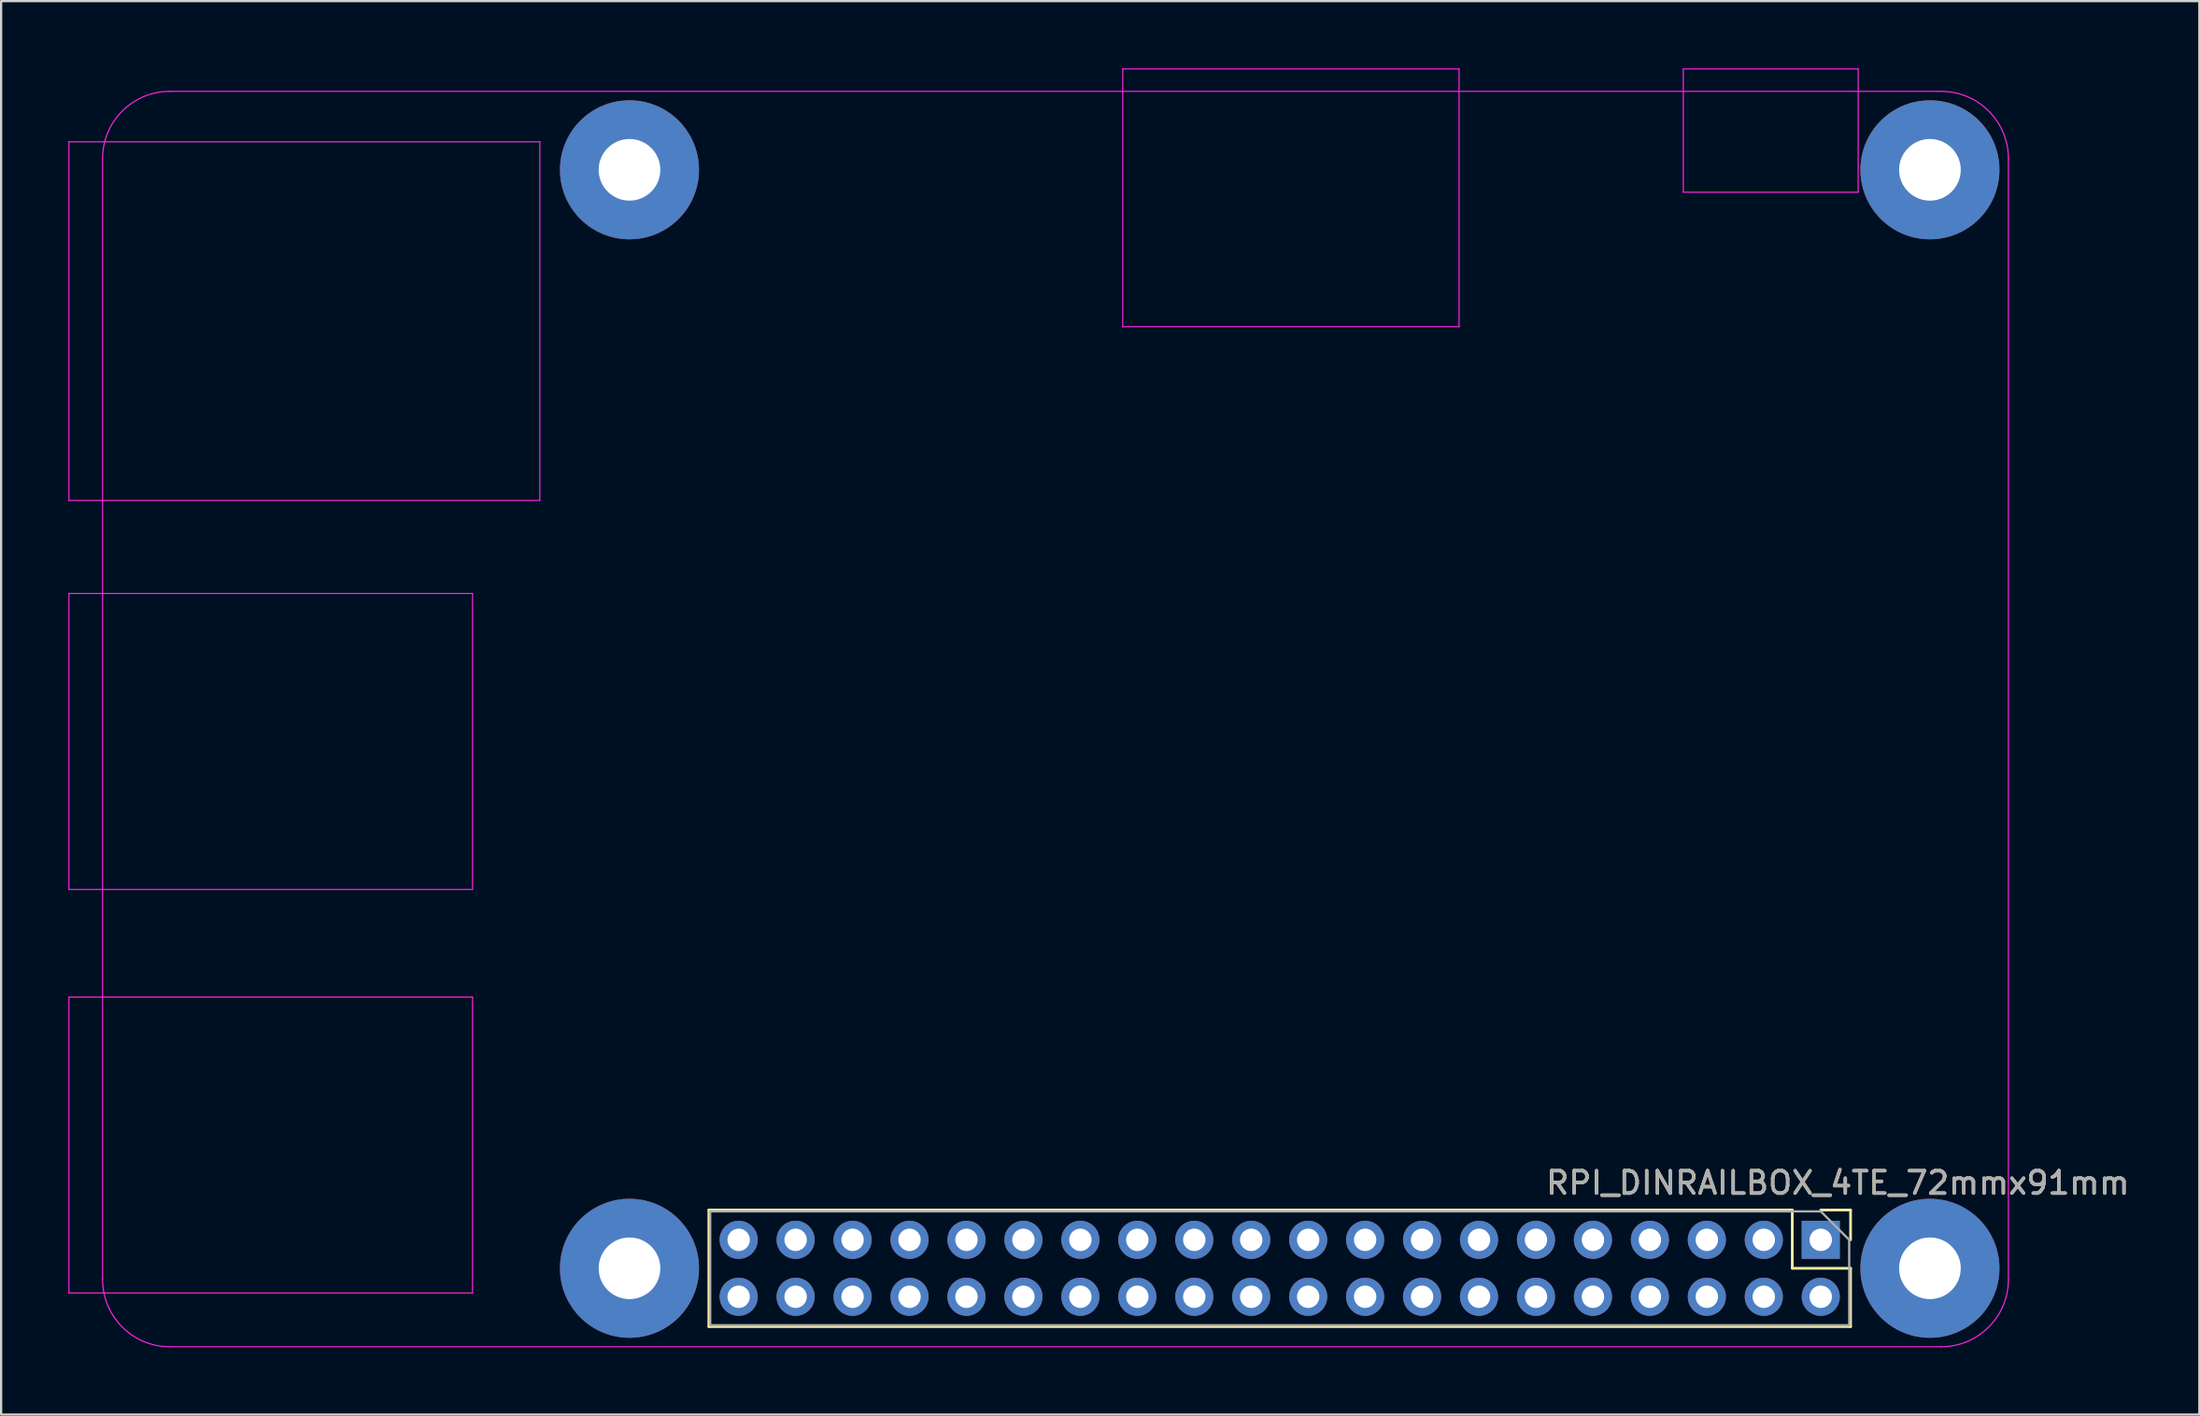
<source format=kicad_pcb>
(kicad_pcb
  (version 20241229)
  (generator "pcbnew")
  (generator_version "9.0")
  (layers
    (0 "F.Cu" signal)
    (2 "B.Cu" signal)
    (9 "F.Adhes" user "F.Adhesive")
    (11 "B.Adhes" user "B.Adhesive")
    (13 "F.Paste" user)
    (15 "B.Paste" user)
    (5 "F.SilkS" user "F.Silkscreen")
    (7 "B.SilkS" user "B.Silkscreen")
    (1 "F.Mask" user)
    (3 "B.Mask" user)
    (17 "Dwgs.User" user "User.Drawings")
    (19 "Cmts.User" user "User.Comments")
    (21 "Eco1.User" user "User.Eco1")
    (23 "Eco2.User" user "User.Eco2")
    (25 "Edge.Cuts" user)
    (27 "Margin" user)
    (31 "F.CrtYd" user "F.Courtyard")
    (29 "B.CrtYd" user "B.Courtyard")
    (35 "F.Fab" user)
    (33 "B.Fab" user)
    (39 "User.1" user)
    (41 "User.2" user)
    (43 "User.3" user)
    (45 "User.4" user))
  (footprint "RPI_DINRAILBOX_4TE_72mmx91mm"
    (layer "F.Cu")
    (at 78.155 52.255)
    (property "Reference" "RPI_DINRAILBOX_4TE_72mmx91mm" (at 0.762 -2.54 0) (layer "F.SilkS") (effects (font (size 1 1) (thickness 0.15))))
    (attr through_hole)
    (fp_line (start -49.59 -1.33) (end -49.59 3.87) (stroke (width 0.12) (type solid)) (layer "F.SilkS"))
    (fp_line (start -1.27 -1.33) (end -49.59 -1.33) (stroke (width 0.12) (type solid)) (layer "F.SilkS"))
    (fp_line (start -1.27 -1.33) (end -1.27 1.27) (stroke (width 0.12) (type solid)) (layer "F.SilkS"))
    (fp_line (start -1.27 1.27) (end 1.33 1.27) (stroke (width 0.12) (type solid)) (layer "F.SilkS"))
    (fp_line (start 0 -1.33) (end 1.33 -1.33) (stroke (width 0.12) (type solid)) (layer "F.SilkS"))
    (fp_line (start 1.33 -1.33) (end 1.33 0) (stroke (width 0.12) (type solid)) (layer "F.SilkS"))
    (fp_line (start 1.33 1.27) (end 1.33 3.87) (stroke (width 0.12) (type solid)) (layer "F.SilkS"))
    (fp_line (start 1.33 3.87) (end -49.59 3.87) (stroke (width 0.12) (type solid)) (layer "F.SilkS"))
    (fp_line (start -78.13 -48.98) (end -78.13 -32.98) (stroke (width 0.05) (type solid)) (layer "F.CrtYd"))
    (fp_line (start -78.13 -32.98) (end -57.13 -32.98) (stroke (width 0.05) (type solid)) (layer "F.CrtYd"))
    (fp_line (start -78.13 -28.83) (end -78.13 -15.63) (stroke (width 0.05) (type solid)) (layer "F.CrtYd"))
    (fp_line (start -78.13 -10.83) (end -78.13 2.37) (stroke (width 0.05) (type solid)) (layer "F.CrtYd"))
    (fp_line (start -76.63 -48.23) (end -76.63 1.77) (stroke (width 0.05) (type solid)) (layer "F.CrtYd"))
    (fp_line (start -73.63 4.77) (end 5.37 4.77) (stroke (width 0.05) (type solid)) (layer "F.CrtYd"))
    (fp_line (start -60.13 -28.83) (end -78.13 -28.83) (stroke (width 0.05) (type solid)) (layer "F.CrtYd"))
    (fp_line (start -60.13 -28.83) (end -60.13 -15.63) (stroke (width 0.05) (type solid)) (layer "F.CrtYd"))
    (fp_line (start -60.13 -15.63) (end -78.13 -15.63) (stroke (width 0.05) (type solid)) (layer "F.CrtYd"))
    (fp_line (start -60.13 -10.83) (end -78.13 -10.83) (stroke (width 0.05) (type solid)) (layer "F.CrtYd"))
    (fp_line (start -60.13 -10.83) (end -60.13 2.37) (stroke (width 0.05) (type solid)) (layer "F.CrtYd"))
    (fp_line (start -60.13 2.37) (end -78.13 2.37) (stroke (width 0.05) (type solid)) (layer "F.CrtYd"))
    (fp_line (start -57.13 -48.98) (end -78.13 -48.98) (stroke (width 0.05) (type solid)) (layer "F.CrtYd"))
    (fp_line (start -57.13 -48.98) (end -57.13 -32.98) (stroke (width 0.05) (type solid)) (layer "F.CrtYd"))
    (fp_line (start -31.13 -52.23) (end -31.13 -40.73) (stroke (width 0.05) (type solid)) (layer "F.CrtYd"))
    (fp_line (start -16.13 -52.23) (end -31.13 -52.23) (stroke (width 0.05) (type solid)) (layer "F.CrtYd"))
    (fp_line (start -16.13 -52.23) (end -16.13 -40.73) (stroke (width 0.05) (type solid)) (layer "F.CrtYd"))
    (fp_line (start -16.13 -40.73) (end -31.13 -40.73) (stroke (width 0.05) (type solid)) (layer "F.CrtYd"))
    (fp_line (start -6.13 -52.23) (end -6.13 -46.73) (stroke (width 0.05) (type solid)) (layer "F.CrtYd"))
    (fp_line (start 1.67 -52.23) (end -6.13 -52.23) (stroke (width 0.05) (type solid)) (layer "F.CrtYd"))
    (fp_line (start 1.67 -52.23) (end 1.67 -46.73) (stroke (width 0.05) (type solid)) (layer "F.CrtYd"))
    (fp_line (start 1.67 -46.73) (end -6.13 -46.73) (stroke (width 0.05) (type solid)) (layer "F.CrtYd"))
    (fp_line (start 5.37 -51.23) (end -73.63 -51.23) (stroke (width 0.05) (type solid)) (layer "F.CrtYd"))
    (fp_line (start 8.37 1.77) (end 8.37 -48.23) (stroke (width 0.05) (type solid)) (layer "F.CrtYd"))
    (fp_arc (start -76.63 -48.23) (mid -75.75132 -50.35132) (end -73.63 -51.23) (stroke (width 0.05) (type solid)) (layer "F.CrtYd"))
    (fp_arc (start -73.63 4.77) (mid -75.75132 3.89132) (end -76.63 1.77) (stroke (width 0.05) (type solid)) (layer "F.CrtYd"))
    (fp_arc (start 5.37 -51.23) (mid 7.49132 -50.35132) (end 8.37 -48.23) (stroke (width 0.05) (type solid)) (layer "F.CrtYd"))
    (fp_arc (start 8.37 1.77) (mid 7.49132 3.89132) (end 5.37 4.77) (stroke (width 0.05) (type solid)) (layer "F.CrtYd"))
    (fp_line (start -49.53 -1.27) (end 0 -1.27) (stroke (width 0.1) (type solid)) (layer "F.Fab"))
    (fp_line (start -49.53 3.81) (end -49.53 -1.27) (stroke (width 0.1) (type solid)) (layer "F.Fab"))
    (fp_line (start 0 -1.27) (end 1.27 0) (stroke (width 0.1) (type solid)) (layer "F.Fab"))
    (fp_line (start 1.27 0) (end 1.27 3.81) (stroke (width 0.1) (type solid)) (layer "F.Fab"))
    (fp_line (start 1.27 3.81) (end -49.53 3.81) (stroke (width 0.1) (type solid)) (layer "F.Fab"))
    (fp_text user "${REFERENCE}" (at 0.762 -2.54 0) (layer "F.Fab") (effects (font (size 1 1) (thickness 0.15))))
    (pad "" np_thru_hole circle (at -53.13 -47.73) (size 6.2 6.2) (drill 2.75) (layers "*.Cu" "*.Mask"))
    (pad "" np_thru_hole circle (at -53.13 1.27) (size 6.2 6.2) (drill 2.75) (layers "*.Cu" "*.Mask"))
    (pad "" np_thru_hole circle (at 4.87 -47.73) (size 6.2 6.2) (drill 2.75) (layers "*.Cu" "*.Mask"))
    (pad "" np_thru_hole circle (at 4.87 1.27) (size 6.2 6.2) (drill 2.75) (layers "*.Cu" "*.Mask"))
    (pad "1" thru_hole rect (at 0 0 270) (size 1.7 1.7) (drill 1) (layers "*.Cu" "*.Mask"))
    (pad "2" thru_hole oval (at 0 2.54 270) (size 1.7 1.7) (drill 1) (layers "*.Cu" "*.Mask"))
    (pad "3" thru_hole oval (at -2.54 0 270) (size 1.7 1.7) (drill 1) (layers "*.Cu" "*.Mask"))
    (pad "4" thru_hole oval (at -2.54 2.54 270) (size 1.7 1.7) (drill 1) (layers "*.Cu" "*.Mask"))
    (pad "5" thru_hole oval (at -5.08 0 270) (size 1.7 1.7) (drill 1) (layers "*.Cu" "*.Mask"))
    (pad "6" thru_hole oval (at -5.08 2.54 270) (size 1.7 1.7) (drill 1) (layers "*.Cu" "*.Mask"))
    (pad "7" thru_hole oval (at -7.62 0 270) (size 1.7 1.7) (drill 1) (layers "*.Cu" "*.Mask"))
    (pad "8" thru_hole oval (at -7.62 2.54 270) (size 1.7 1.7) (drill 1) (layers "*.Cu" "*.Mask"))
    (pad "9" thru_hole oval (at -10.16 0 270) (size 1.7 1.7) (drill 1) (layers "*.Cu" "*.Mask"))
    (pad "10" thru_hole oval (at -10.16 2.54 270) (size 1.7 1.7) (drill 1) (layers "*.Cu" "*.Mask"))
    (pad "11" thru_hole oval (at -12.7 0 270) (size 1.7 1.7) (drill 1) (layers "*.Cu" "*.Mask"))
    (pad "12" thru_hole oval (at -12.7 2.54 270) (size 1.7 1.7) (drill 1) (layers "*.Cu" "*.Mask"))
    (pad "13" thru_hole oval (at -15.24 0 270) (size 1.7 1.7) (drill 1) (layers "*.Cu" "*.Mask"))
    (pad "14" thru_hole oval (at -15.24 2.54 270) (size 1.7 1.7) (drill 1) (layers "*.Cu" "*.Mask"))
    (pad "15" thru_hole oval (at -17.78 0 270) (size 1.7 1.7) (drill 1) (layers "*.Cu" "*.Mask"))
    (pad "16" thru_hole oval (at -17.78 2.54 270) (size 1.7 1.7) (drill 1) (layers "*.Cu" "*.Mask"))
    (pad "17" thru_hole oval (at -20.32 0 270) (size 1.7 1.7) (drill 1) (layers "*.Cu" "*.Mask"))
    (pad "18" thru_hole oval (at -20.32 2.54 270) (size 1.7 1.7) (drill 1) (layers "*.Cu" "*.Mask"))
    (pad "19" thru_hole oval (at -22.86 0 270) (size 1.7 1.7) (drill 1) (layers "*.Cu" "*.Mask"))
    (pad "20" thru_hole oval (at -22.86 2.54 270) (size 1.7 1.7) (drill 1) (layers "*.Cu" "*.Mask"))
    (pad "21" thru_hole oval (at -25.4 0 270) (size 1.7 1.7) (drill 1) (layers "*.Cu" "*.Mask"))
    (pad "22" thru_hole oval (at -25.4 2.54 270) (size 1.7 1.7) (drill 1) (layers "*.Cu" "*.Mask"))
    (pad "23" thru_hole oval (at -27.94 0 270) (size 1.7 1.7) (drill 1) (layers "*.Cu" "*.Mask"))
    (pad "24" thru_hole oval (at -27.94 2.54 270) (size 1.7 1.7) (drill 1) (layers "*.Cu" "*.Mask"))
    (pad "25" thru_hole oval (at -30.48 0 270) (size 1.7 1.7) (drill 1) (layers "*.Cu" "*.Mask"))
    (pad "26" thru_hole oval (at -30.48 2.54 270) (size 1.7 1.7) (drill 1) (layers "*.Cu" "*.Mask"))
    (pad "27" thru_hole oval (at -33.02 0 270) (size 1.7 1.7) (drill 1) (layers "*.Cu" "*.Mask"))
    (pad "28" thru_hole oval (at -33.02 2.54 270) (size 1.7 1.7) (drill 1) (layers "*.Cu" "*.Mask"))
    (pad "29" thru_hole oval (at -35.56 0 270) (size 1.7 1.7) (drill 1) (layers "*.Cu" "*.Mask"))
    (pad "30" thru_hole oval (at -35.56 2.54 270) (size 1.7 1.7) (drill 1) (layers "*.Cu" "*.Mask"))
    (pad "31" thru_hole oval (at -38.1 0 270) (size 1.7 1.7) (drill 1) (layers "*.Cu" "*.Mask"))
    (pad "32" thru_hole oval (at -38.1 2.54 270) (size 1.7 1.7) (drill 1) (layers "*.Cu" "*.Mask"))
    (pad "33" thru_hole oval (at -40.64 0 270) (size 1.7 1.7) (drill 1) (layers "*.Cu" "*.Mask"))
    (pad "34" thru_hole oval (at -40.64 2.54 270) (size 1.7 1.7) (drill 1) (layers "*.Cu" "*.Mask"))
    (pad "35" thru_hole oval (at -43.18 0 270) (size 1.7 1.7) (drill 1) (layers "*.Cu" "*.Mask"))
    (pad "36" thru_hole oval (at -43.18 2.54 270) (size 1.7 1.7) (drill 1) (layers "*.Cu" "*.Mask"))
    (pad "37" thru_hole oval (at -45.72 0 270) (size 1.7 1.7) (drill 1) (layers "*.Cu" "*.Mask"))
    (pad "38" thru_hole oval (at -45.72 2.54 270) (size 1.7 1.7) (drill 1) (layers "*.Cu" "*.Mask"))
    (pad "39" thru_hole oval (at -48.26 0 270) (size 1.7 1.7) (drill 1) (layers "*.Cu" "*.Mask"))
    (pad "40" thru_hole oval (at -48.26 2.54 270) (size 1.7 1.7) (drill 1) (layers "*.Cu" "*.Mask")))
  (gr_rect
    (start -3 -3)
    (end 95.042 60.05)
    (stroke (width 0.1) (type default))
    (fill no)
    (layer "Edge.Cuts")))
</source>
